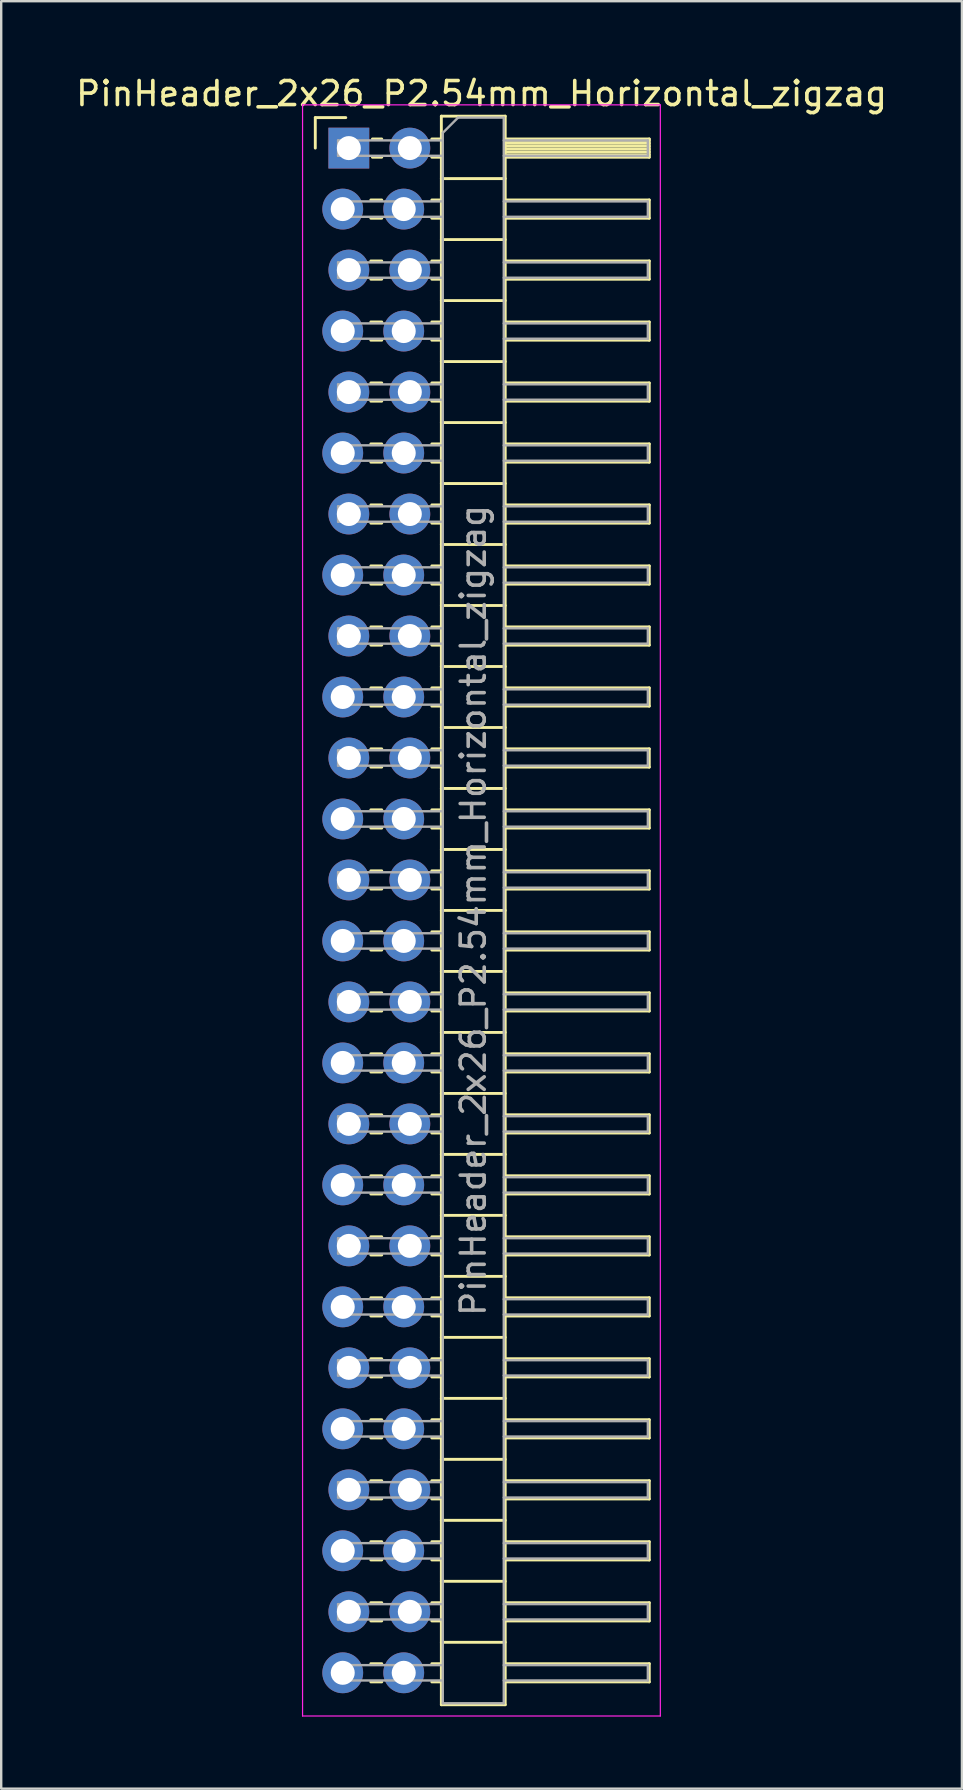
<source format=kicad_pcb>
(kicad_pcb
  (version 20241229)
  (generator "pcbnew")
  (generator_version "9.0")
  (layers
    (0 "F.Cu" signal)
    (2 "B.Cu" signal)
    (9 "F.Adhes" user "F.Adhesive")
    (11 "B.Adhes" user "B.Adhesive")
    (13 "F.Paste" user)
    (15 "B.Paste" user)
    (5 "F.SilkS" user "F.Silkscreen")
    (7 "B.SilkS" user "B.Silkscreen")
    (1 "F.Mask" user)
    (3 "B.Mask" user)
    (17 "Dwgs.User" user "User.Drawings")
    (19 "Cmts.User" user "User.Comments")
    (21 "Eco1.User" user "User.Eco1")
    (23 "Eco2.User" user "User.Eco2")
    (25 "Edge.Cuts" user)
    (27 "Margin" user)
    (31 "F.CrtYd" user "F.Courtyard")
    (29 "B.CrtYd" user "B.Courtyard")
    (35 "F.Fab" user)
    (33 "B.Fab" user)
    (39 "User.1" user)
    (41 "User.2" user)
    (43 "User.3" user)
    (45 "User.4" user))
  (footprint "PinHeader_2x26_P2.54mm_Horizontal_zigzag"
    (layer "F.Cu")
    (at 11.351 3.118)
    (property "Reference" "PinHeader_2x26_P2.54mm_Horizontal_zigzag" (at 5.655 -2.27 0) (layer "F.SilkS") (effects (font (size 1 1) (thickness 0.15))))
    (attr through_hole)
    (fp_line (start -1.27 -1.27) (end 0 -1.27) (stroke (width 0.12) (type solid)) (layer "F.SilkS"))
    (fp_line (start -1.27 0) (end -1.27 -1.27) (stroke (width 0.12) (type solid)) (layer "F.SilkS"))
    (fp_line (start 1.043 2.16) (end 1.497 2.16) (stroke (width 0.12) (type solid)) (layer "F.SilkS"))
    (fp_line (start 1.043 2.92) (end 1.497 2.92) (stroke (width 0.12) (type solid)) (layer "F.SilkS"))
    (fp_line (start 1.043 4.7) (end 1.497 4.7) (stroke (width 0.12) (type solid)) (layer "F.SilkS"))
    (fp_line (start 1.043 5.46) (end 1.497 5.46) (stroke (width 0.12) (type solid)) (layer "F.SilkS"))
    (fp_line (start 1.043 7.24) (end 1.497 7.24) (stroke (width 0.12) (type solid)) (layer "F.SilkS"))
    (fp_line (start 1.043 8) (end 1.497 8) (stroke (width 0.12) (type solid)) (layer "F.SilkS"))
    (fp_line (start 1.043 9.78) (end 1.497 9.78) (stroke (width 0.12) (type solid)) (layer "F.SilkS"))
    (fp_line (start 1.043 10.54) (end 1.497 10.54) (stroke (width 0.12) (type solid)) (layer "F.SilkS"))
    (fp_line (start 1.043 12.32) (end 1.497 12.32) (stroke (width 0.12) (type solid)) (layer "F.SilkS"))
    (fp_line (start 1.043 13.08) (end 1.497 13.08) (stroke (width 0.12) (type solid)) (layer "F.SilkS"))
    (fp_line (start 1.043 14.86) (end 1.497 14.86) (stroke (width 0.12) (type solid)) (layer "F.SilkS"))
    (fp_line (start 1.043 15.62) (end 1.497 15.62) (stroke (width 0.12) (type solid)) (layer "F.SilkS"))
    (fp_line (start 1.043 17.4) (end 1.497 17.4) (stroke (width 0.12) (type solid)) (layer "F.SilkS"))
    (fp_line (start 1.043 18.16) (end 1.497 18.16) (stroke (width 0.12) (type solid)) (layer "F.SilkS"))
    (fp_line (start 1.043 19.94) (end 1.497 19.94) (stroke (width 0.12) (type solid)) (layer "F.SilkS"))
    (fp_line (start 1.043 20.7) (end 1.497 20.7) (stroke (width 0.12) (type solid)) (layer "F.SilkS"))
    (fp_line (start 1.043 22.48) (end 1.497 22.48) (stroke (width 0.12) (type solid)) (layer "F.SilkS"))
    (fp_line (start 1.043 23.24) (end 1.497 23.24) (stroke (width 0.12) (type solid)) (layer "F.SilkS"))
    (fp_line (start 1.043 25.02) (end 1.497 25.02) (stroke (width 0.12) (type solid)) (layer "F.SilkS"))
    (fp_line (start 1.043 25.78) (end 1.497 25.78) (stroke (width 0.12) (type solid)) (layer "F.SilkS"))
    (fp_line (start 1.043 27.56) (end 1.497 27.56) (stroke (width 0.12) (type solid)) (layer "F.SilkS"))
    (fp_line (start 1.043 28.32) (end 1.497 28.32) (stroke (width 0.12) (type solid)) (layer "F.SilkS"))
    (fp_line (start 1.043 30.1) (end 1.497 30.1) (stroke (width 0.12) (type solid)) (layer "F.SilkS"))
    (fp_line (start 1.043 30.86) (end 1.497 30.86) (stroke (width 0.12) (type solid)) (layer "F.SilkS"))
    (fp_line (start 1.043 32.64) (end 1.497 32.64) (stroke (width 0.12) (type solid)) (layer "F.SilkS"))
    (fp_line (start 1.043 33.4) (end 1.497 33.4) (stroke (width 0.12) (type solid)) (layer "F.SilkS"))
    (fp_line (start 1.043 35.18) (end 1.497 35.18) (stroke (width 0.12) (type solid)) (layer "F.SilkS"))
    (fp_line (start 1.043 35.94) (end 1.497 35.94) (stroke (width 0.12) (type solid)) (layer "F.SilkS"))
    (fp_line (start 1.043 37.72) (end 1.497 37.72) (stroke (width 0.12) (type solid)) (layer "F.SilkS"))
    (fp_line (start 1.043 38.48) (end 1.497 38.48) (stroke (width 0.12) (type solid)) (layer "F.SilkS"))
    (fp_line (start 1.043 40.26) (end 1.497 40.26) (stroke (width 0.12) (type solid)) (layer "F.SilkS"))
    (fp_line (start 1.043 41.02) (end 1.497 41.02) (stroke (width 0.12) (type solid)) (layer "F.SilkS"))
    (fp_line (start 1.043 42.8) (end 1.497 42.8) (stroke (width 0.12) (type solid)) (layer "F.SilkS"))
    (fp_line (start 1.043 43.56) (end 1.497 43.56) (stroke (width 0.12) (type solid)) (layer "F.SilkS"))
    (fp_line (start 1.043 45.34) (end 1.497 45.34) (stroke (width 0.12) (type solid)) (layer "F.SilkS"))
    (fp_line (start 1.043 46.1) (end 1.497 46.1) (stroke (width 0.12) (type solid)) (layer "F.SilkS"))
    (fp_line (start 1.043 47.88) (end 1.497 47.88) (stroke (width 0.12) (type solid)) (layer "F.SilkS"))
    (fp_line (start 1.043 48.64) (end 1.497 48.64) (stroke (width 0.12) (type solid)) (layer "F.SilkS"))
    (fp_line (start 1.043 50.42) (end 1.497 50.42) (stroke (width 0.12) (type solid)) (layer "F.SilkS"))
    (fp_line (start 1.043 51.18) (end 1.497 51.18) (stroke (width 0.12) (type solid)) (layer "F.SilkS"))
    (fp_line (start 1.043 52.96) (end 1.497 52.96) (stroke (width 0.12) (type solid)) (layer "F.SilkS"))
    (fp_line (start 1.043 53.72) (end 1.497 53.72) (stroke (width 0.12) (type solid)) (layer "F.SilkS"))
    (fp_line (start 1.043 55.5) (end 1.497 55.5) (stroke (width 0.12) (type solid)) (layer "F.SilkS"))
    (fp_line (start 1.043 56.26) (end 1.497 56.26) (stroke (width 0.12) (type solid)) (layer "F.SilkS"))
    (fp_line (start 1.043 58.04) (end 1.497 58.04) (stroke (width 0.12) (type solid)) (layer "F.SilkS"))
    (fp_line (start 1.043 58.8) (end 1.497 58.8) (stroke (width 0.12) (type solid)) (layer "F.SilkS"))
    (fp_line (start 1.043 60.58) (end 1.497 60.58) (stroke (width 0.12) (type solid)) (layer "F.SilkS"))
    (fp_line (start 1.043 61.34) (end 1.497 61.34) (stroke (width 0.12) (type solid)) (layer "F.SilkS"))
    (fp_line (start 1.043 63.12) (end 1.497 63.12) (stroke (width 0.12) (type solid)) (layer "F.SilkS"))
    (fp_line (start 1.043 63.88) (end 1.497 63.88) (stroke (width 0.12) (type solid)) (layer "F.SilkS"))
    (fp_line (start 1.11 -0.38) (end 1.497 -0.38) (stroke (width 0.12) (type solid)) (layer "F.SilkS"))
    (fp_line (start 1.11 0.38) (end 1.497 0.38) (stroke (width 0.12) (type solid)) (layer "F.SilkS"))
    (fp_line (start 3.583 -0.38) (end 3.98 -0.38) (stroke (width 0.12) (type solid)) (layer "F.SilkS"))
    (fp_line (start 3.583 0.38) (end 3.98 0.38) (stroke (width 0.12) (type solid)) (layer "F.SilkS"))
    (fp_line (start 3.583 2.16) (end 3.98 2.16) (stroke (width 0.12) (type solid)) (layer "F.SilkS"))
    (fp_line (start 3.583 2.92) (end 3.98 2.92) (stroke (width 0.12) (type solid)) (layer "F.SilkS"))
    (fp_line (start 3.583 4.7) (end 3.98 4.7) (stroke (width 0.12) (type solid)) (layer "F.SilkS"))
    (fp_line (start 3.583 5.46) (end 3.98 5.46) (stroke (width 0.12) (type solid)) (layer "F.SilkS"))
    (fp_line (start 3.583 7.24) (end 3.98 7.24) (stroke (width 0.12) (type solid)) (layer "F.SilkS"))
    (fp_line (start 3.583 8) (end 3.98 8) (stroke (width 0.12) (type solid)) (layer "F.SilkS"))
    (fp_line (start 3.583 9.78) (end 3.98 9.78) (stroke (width 0.12) (type solid)) (layer "F.SilkS"))
    (fp_line (start 3.583 10.54) (end 3.98 10.54) (stroke (width 0.12) (type solid)) (layer "F.SilkS"))
    (fp_line (start 3.583 12.32) (end 3.98 12.32) (stroke (width 0.12) (type solid)) (layer "F.SilkS"))
    (fp_line (start 3.583 13.08) (end 3.98 13.08) (stroke (width 0.12) (type solid)) (layer "F.SilkS"))
    (fp_line (start 3.583 14.86) (end 3.98 14.86) (stroke (width 0.12) (type solid)) (layer "F.SilkS"))
    (fp_line (start 3.583 15.62) (end 3.98 15.62) (stroke (width 0.12) (type solid)) (layer "F.SilkS"))
    (fp_line (start 3.583 17.4) (end 3.98 17.4) (stroke (width 0.12) (type solid)) (layer "F.SilkS"))
    (fp_line (start 3.583 18.16) (end 3.98 18.16) (stroke (width 0.12) (type solid)) (layer "F.SilkS"))
    (fp_line (start 3.583 19.94) (end 3.98 19.94) (stroke (width 0.12) (type solid)) (layer "F.SilkS"))
    (fp_line (start 3.583 20.7) (end 3.98 20.7) (stroke (width 0.12) (type solid)) (layer "F.SilkS"))
    (fp_line (start 3.583 22.48) (end 3.98 22.48) (stroke (width 0.12) (type solid)) (layer "F.SilkS"))
    (fp_line (start 3.583 23.24) (end 3.98 23.24) (stroke (width 0.12) (type solid)) (layer "F.SilkS"))
    (fp_line (start 3.583 25.02) (end 3.98 25.02) (stroke (width 0.12) (type solid)) (layer "F.SilkS"))
    (fp_line (start 3.583 25.78) (end 3.98 25.78) (stroke (width 0.12) (type solid)) (layer "F.SilkS"))
    (fp_line (start 3.583 27.56) (end 3.98 27.56) (stroke (width 0.12) (type solid)) (layer "F.SilkS"))
    (fp_line (start 3.583 28.32) (end 3.98 28.32) (stroke (width 0.12) (type solid)) (layer "F.SilkS"))
    (fp_line (start 3.583 30.1) (end 3.98 30.1) (stroke (width 0.12) (type solid)) (layer "F.SilkS"))
    (fp_line (start 3.583 30.86) (end 3.98 30.86) (stroke (width 0.12) (type solid)) (layer "F.SilkS"))
    (fp_line (start 3.583 32.64) (end 3.98 32.64) (stroke (width 0.12) (type solid)) (layer "F.SilkS"))
    (fp_line (start 3.583 33.4) (end 3.98 33.4) (stroke (width 0.12) (type solid)) (layer "F.SilkS"))
    (fp_line (start 3.583 35.18) (end 3.98 35.18) (stroke (width 0.12) (type solid)) (layer "F.SilkS"))
    (fp_line (start 3.583 35.94) (end 3.98 35.94) (stroke (width 0.12) (type solid)) (layer "F.SilkS"))
    (fp_line (start 3.583 37.72) (end 3.98 37.72) (stroke (width 0.12) (type solid)) (layer "F.SilkS"))
    (fp_line (start 3.583 38.48) (end 3.98 38.48) (stroke (width 0.12) (type solid)) (layer "F.SilkS"))
    (fp_line (start 3.583 40.26) (end 3.98 40.26) (stroke (width 0.12) (type solid)) (layer "F.SilkS"))
    (fp_line (start 3.583 41.02) (end 3.98 41.02) (stroke (width 0.12) (type solid)) (layer "F.SilkS"))
    (fp_line (start 3.583 42.8) (end 3.98 42.8) (stroke (width 0.12) (type solid)) (layer "F.SilkS"))
    (fp_line (start 3.583 43.56) (end 3.98 43.56) (stroke (width 0.12) (type solid)) (layer "F.SilkS"))
    (fp_line (start 3.583 45.34) (end 3.98 45.34) (stroke (width 0.12) (type solid)) (layer "F.SilkS"))
    (fp_line (start 3.583 46.1) (end 3.98 46.1) (stroke (width 0.12) (type solid)) (layer "F.SilkS"))
    (fp_line (start 3.583 47.88) (end 3.98 47.88) (stroke (width 0.12) (type solid)) (layer "F.SilkS"))
    (fp_line (start 3.583 48.64) (end 3.98 48.64) (stroke (width 0.12) (type solid)) (layer "F.SilkS"))
    (fp_line (start 3.583 50.42) (end 3.98 50.42) (stroke (width 0.12) (type solid)) (layer "F.SilkS"))
    (fp_line (start 3.583 51.18) (end 3.98 51.18) (stroke (width 0.12) (type solid)) (layer "F.SilkS"))
    (fp_line (start 3.583 52.96) (end 3.98 52.96) (stroke (width 0.12) (type solid)) (layer "F.SilkS"))
    (fp_line (start 3.583 53.72) (end 3.98 53.72) (stroke (width 0.12) (type solid)) (layer "F.SilkS"))
    (fp_line (start 3.583 55.5) (end 3.98 55.5) (stroke (width 0.12) (type solid)) (layer "F.SilkS"))
    (fp_line (start 3.583 56.26) (end 3.98 56.26) (stroke (width 0.12) (type solid)) (layer "F.SilkS"))
    (fp_line (start 3.583 58.04) (end 3.98 58.04) (stroke (width 0.12) (type solid)) (layer "F.SilkS"))
    (fp_line (start 3.583 58.8) (end 3.98 58.8) (stroke (width 0.12) (type solid)) (layer "F.SilkS"))
    (fp_line (start 3.583 60.58) (end 3.98 60.58) (stroke (width 0.12) (type solid)) (layer "F.SilkS"))
    (fp_line (start 3.583 61.34) (end 3.98 61.34) (stroke (width 0.12) (type solid)) (layer "F.SilkS"))
    (fp_line (start 3.583 63.12) (end 3.98 63.12) (stroke (width 0.12) (type solid)) (layer "F.SilkS"))
    (fp_line (start 3.583 63.88) (end 3.98 63.88) (stroke (width 0.12) (type solid)) (layer "F.SilkS"))
    (fp_line (start 3.98 -1.33) (end 3.98 64.83) (stroke (width 0.12) (type solid)) (layer "F.SilkS"))
    (fp_line (start 3.98 1.27) (end 6.64 1.27) (stroke (width 0.12) (type solid)) (layer "F.SilkS"))
    (fp_line (start 3.98 3.81) (end 6.64 3.81) (stroke (width 0.12) (type solid)) (layer "F.SilkS"))
    (fp_line (start 3.98 6.35) (end 6.64 6.35) (stroke (width 0.12) (type solid)) (layer "F.SilkS"))
    (fp_line (start 3.98 8.89) (end 6.64 8.89) (stroke (width 0.12) (type solid)) (layer "F.SilkS"))
    (fp_line (start 3.98 11.43) (end 6.64 11.43) (stroke (width 0.12) (type solid)) (layer "F.SilkS"))
    (fp_line (start 3.98 13.97) (end 6.64 13.97) (stroke (width 0.12) (type solid)) (layer "F.SilkS"))
    (fp_line (start 3.98 16.51) (end 6.64 16.51) (stroke (width 0.12) (type solid)) (layer "F.SilkS"))
    (fp_line (start 3.98 19.05) (end 6.64 19.05) (stroke (width 0.12) (type solid)) (layer "F.SilkS"))
    (fp_line (start 3.98 21.59) (end 6.64 21.59) (stroke (width 0.12) (type solid)) (layer "F.SilkS"))
    (fp_line (start 3.98 24.13) (end 6.64 24.13) (stroke (width 0.12) (type solid)) (layer "F.SilkS"))
    (fp_line (start 3.98 26.67) (end 6.64 26.67) (stroke (width 0.12) (type solid)) (layer "F.SilkS"))
    (fp_line (start 3.98 29.21) (end 6.64 29.21) (stroke (width 0.12) (type solid)) (layer "F.SilkS"))
    (fp_line (start 3.98 31.75) (end 6.64 31.75) (stroke (width 0.12) (type solid)) (layer "F.SilkS"))
    (fp_line (start 3.98 34.29) (end 6.64 34.29) (stroke (width 0.12) (type solid)) (layer "F.SilkS"))
    (fp_line (start 3.98 36.83) (end 6.64 36.83) (stroke (width 0.12) (type solid)) (layer "F.SilkS"))
    (fp_line (start 3.98 39.37) (end 6.64 39.37) (stroke (width 0.12) (type solid)) (layer "F.SilkS"))
    (fp_line (start 3.98 41.91) (end 6.64 41.91) (stroke (width 0.12) (type solid)) (layer "F.SilkS"))
    (fp_line (start 3.98 44.45) (end 6.64 44.45) (stroke (width 0.12) (type solid)) (layer "F.SilkS"))
    (fp_line (start 3.98 46.99) (end 6.64 46.99) (stroke (width 0.12) (type solid)) (layer "F.SilkS"))
    (fp_line (start 3.98 49.53) (end 6.64 49.53) (stroke (width 0.12) (type solid)) (layer "F.SilkS"))
    (fp_line (start 3.98 52.07) (end 6.64 52.07) (stroke (width 0.12) (type solid)) (layer "F.SilkS"))
    (fp_line (start 3.98 54.61) (end 6.64 54.61) (stroke (width 0.12) (type solid)) (layer "F.SilkS"))
    (fp_line (start 3.98 57.15) (end 6.64 57.15) (stroke (width 0.12) (type solid)) (layer "F.SilkS"))
    (fp_line (start 3.98 59.69) (end 6.64 59.69) (stroke (width 0.12) (type solid)) (layer "F.SilkS"))
    (fp_line (start 3.98 62.23) (end 6.64 62.23) (stroke (width 0.12) (type solid)) (layer "F.SilkS"))
    (fp_line (start 3.98 64.83) (end 6.64 64.83) (stroke (width 0.12) (type solid)) (layer "F.SilkS"))
    (fp_line (start 6.64 -1.33) (end 3.98 -1.33) (stroke (width 0.12) (type solid)) (layer "F.SilkS"))
    (fp_line (start 6.64 -0.38) (end 12.64 -0.38) (stroke (width 0.12) (type solid)) (layer "F.SilkS"))
    (fp_line (start 6.64 -0.32) (end 12.64 -0.32) (stroke (width 0.12) (type solid)) (layer "F.SilkS"))
    (fp_line (start 6.64 -0.2) (end 12.64 -0.2) (stroke (width 0.12) (type solid)) (layer "F.SilkS"))
    (fp_line (start 6.64 -0.08) (end 12.64 -0.08) (stroke (width 0.12) (type solid)) (layer "F.SilkS"))
    (fp_line (start 6.64 0.04) (end 12.64 0.04) (stroke (width 0.12) (type solid)) (layer "F.SilkS"))
    (fp_line (start 6.64 0.16) (end 12.64 0.16) (stroke (width 0.12) (type solid)) (layer "F.SilkS"))
    (fp_line (start 6.64 0.28) (end 12.64 0.28) (stroke (width 0.12) (type solid)) (layer "F.SilkS"))
    (fp_line (start 6.64 2.16) (end 12.64 2.16) (stroke (width 0.12) (type solid)) (layer "F.SilkS"))
    (fp_line (start 6.64 4.7) (end 12.64 4.7) (stroke (width 0.12) (type solid)) (layer "F.SilkS"))
    (fp_line (start 6.64 7.24) (end 12.64 7.24) (stroke (width 0.12) (type solid)) (layer "F.SilkS"))
    (fp_line (start 6.64 9.78) (end 12.64 9.78) (stroke (width 0.12) (type solid)) (layer "F.SilkS"))
    (fp_line (start 6.64 12.32) (end 12.64 12.32) (stroke (width 0.12) (type solid)) (layer "F.SilkS"))
    (fp_line (start 6.64 14.86) (end 12.64 14.86) (stroke (width 0.12) (type solid)) (layer "F.SilkS"))
    (fp_line (start 6.64 17.4) (end 12.64 17.4) (stroke (width 0.12) (type solid)) (layer "F.SilkS"))
    (fp_line (start 6.64 19.94) (end 12.64 19.94) (stroke (width 0.12) (type solid)) (layer "F.SilkS"))
    (fp_line (start 6.64 22.48) (end 12.64 22.48) (stroke (width 0.12) (type solid)) (layer "F.SilkS"))
    (fp_line (start 6.64 25.02) (end 12.64 25.02) (stroke (width 0.12) (type solid)) (layer "F.SilkS"))
    (fp_line (start 6.64 27.56) (end 12.64 27.56) (stroke (width 0.12) (type solid)) (layer "F.SilkS"))
    (fp_line (start 6.64 30.1) (end 12.64 30.1) (stroke (width 0.12) (type solid)) (layer "F.SilkS"))
    (fp_line (start 6.64 32.64) (end 12.64 32.64) (stroke (width 0.12) (type solid)) (layer "F.SilkS"))
    (fp_line (start 6.64 35.18) (end 12.64 35.18) (stroke (width 0.12) (type solid)) (layer "F.SilkS"))
    (fp_line (start 6.64 37.72) (end 12.64 37.72) (stroke (width 0.12) (type solid)) (layer "F.SilkS"))
    (fp_line (start 6.64 40.26) (end 12.64 40.26) (stroke (width 0.12) (type solid)) (layer "F.SilkS"))
    (fp_line (start 6.64 42.8) (end 12.64 42.8) (stroke (width 0.12) (type solid)) (layer "F.SilkS"))
    (fp_line (start 6.64 45.34) (end 12.64 45.34) (stroke (width 0.12) (type solid)) (layer "F.SilkS"))
    (fp_line (start 6.64 47.88) (end 12.64 47.88) (stroke (width 0.12) (type solid)) (layer "F.SilkS"))
    (fp_line (start 6.64 50.42) (end 12.64 50.42) (stroke (width 0.12) (type solid)) (layer "F.SilkS"))
    (fp_line (start 6.64 52.96) (end 12.64 52.96) (stroke (width 0.12) (type solid)) (layer "F.SilkS"))
    (fp_line (start 6.64 55.5) (end 12.64 55.5) (stroke (width 0.12) (type solid)) (layer "F.SilkS"))
    (fp_line (start 6.64 58.04) (end 12.64 58.04) (stroke (width 0.12) (type solid)) (layer "F.SilkS"))
    (fp_line (start 6.64 60.58) (end 12.64 60.58) (stroke (width 0.12) (type solid)) (layer "F.SilkS"))
    (fp_line (start 6.64 63.12) (end 12.64 63.12) (stroke (width 0.12) (type solid)) (layer "F.SilkS"))
    (fp_line (start 6.64 64.83) (end 6.64 -1.33) (stroke (width 0.12) (type solid)) (layer "F.SilkS"))
    (fp_line (start 12.64 -0.38) (end 12.64 0.38) (stroke (width 0.12) (type solid)) (layer "F.SilkS"))
    (fp_line (start 12.64 0.38) (end 6.64 0.38) (stroke (width 0.12) (type solid)) (layer "F.SilkS"))
    (fp_line (start 12.64 2.16) (end 12.64 2.92) (stroke (width 0.12) (type solid)) (layer "F.SilkS"))
    (fp_line (start 12.64 2.92) (end 6.64 2.92) (stroke (width 0.12) (type solid)) (layer "F.SilkS"))
    (fp_line (start 12.64 4.7) (end 12.64 5.46) (stroke (width 0.12) (type solid)) (layer "F.SilkS"))
    (fp_line (start 12.64 5.46) (end 6.64 5.46) (stroke (width 0.12) (type solid)) (layer "F.SilkS"))
    (fp_line (start 12.64 7.24) (end 12.64 8) (stroke (width 0.12) (type solid)) (layer "F.SilkS"))
    (fp_line (start 12.64 8) (end 6.64 8) (stroke (width 0.12) (type solid)) (layer "F.SilkS"))
    (fp_line (start 12.64 9.78) (end 12.64 10.54) (stroke (width 0.12) (type solid)) (layer "F.SilkS"))
    (fp_line (start 12.64 10.54) (end 6.64 10.54) (stroke (width 0.12) (type solid)) (layer "F.SilkS"))
    (fp_line (start 12.64 12.32) (end 12.64 13.08) (stroke (width 0.12) (type solid)) (layer "F.SilkS"))
    (fp_line (start 12.64 13.08) (end 6.64 13.08) (stroke (width 0.12) (type solid)) (layer "F.SilkS"))
    (fp_line (start 12.64 14.86) (end 12.64 15.62) (stroke (width 0.12) (type solid)) (layer "F.SilkS"))
    (fp_line (start 12.64 15.62) (end 6.64 15.62) (stroke (width 0.12) (type solid)) (layer "F.SilkS"))
    (fp_line (start 12.64 17.4) (end 12.64 18.16) (stroke (width 0.12) (type solid)) (layer "F.SilkS"))
    (fp_line (start 12.64 18.16) (end 6.64 18.16) (stroke (width 0.12) (type solid)) (layer "F.SilkS"))
    (fp_line (start 12.64 19.94) (end 12.64 20.7) (stroke (width 0.12) (type solid)) (layer "F.SilkS"))
    (fp_line (start 12.64 20.7) (end 6.64 20.7) (stroke (width 0.12) (type solid)) (layer "F.SilkS"))
    (fp_line (start 12.64 22.48) (end 12.64 23.24) (stroke (width 0.12) (type solid)) (layer "F.SilkS"))
    (fp_line (start 12.64 23.24) (end 6.64 23.24) (stroke (width 0.12) (type solid)) (layer "F.SilkS"))
    (fp_line (start 12.64 25.02) (end 12.64 25.78) (stroke (width 0.12) (type solid)) (layer "F.SilkS"))
    (fp_line (start 12.64 25.78) (end 6.64 25.78) (stroke (width 0.12) (type solid)) (layer "F.SilkS"))
    (fp_line (start 12.64 27.56) (end 12.64 28.32) (stroke (width 0.12) (type solid)) (layer "F.SilkS"))
    (fp_line (start 12.64 28.32) (end 6.64 28.32) (stroke (width 0.12) (type solid)) (layer "F.SilkS"))
    (fp_line (start 12.64 30.1) (end 12.64 30.86) (stroke (width 0.12) (type solid)) (layer "F.SilkS"))
    (fp_line (start 12.64 30.86) (end 6.64 30.86) (stroke (width 0.12) (type solid)) (layer "F.SilkS"))
    (fp_line (start 12.64 32.64) (end 12.64 33.4) (stroke (width 0.12) (type solid)) (layer "F.SilkS"))
    (fp_line (start 12.64 33.4) (end 6.64 33.4) (stroke (width 0.12) (type solid)) (layer "F.SilkS"))
    (fp_line (start 12.64 35.18) (end 12.64 35.94) (stroke (width 0.12) (type solid)) (layer "F.SilkS"))
    (fp_line (start 12.64 35.94) (end 6.64 35.94) (stroke (width 0.12) (type solid)) (layer "F.SilkS"))
    (fp_line (start 12.64 37.72) (end 12.64 38.48) (stroke (width 0.12) (type solid)) (layer "F.SilkS"))
    (fp_line (start 12.64 38.48) (end 6.64 38.48) (stroke (width 0.12) (type solid)) (layer "F.SilkS"))
    (fp_line (start 12.64 40.26) (end 12.64 41.02) (stroke (width 0.12) (type solid)) (layer "F.SilkS"))
    (fp_line (start 12.64 41.02) (end 6.64 41.02) (stroke (width 0.12) (type solid)) (layer "F.SilkS"))
    (fp_line (start 12.64 42.8) (end 12.64 43.56) (stroke (width 0.12) (type solid)) (layer "F.SilkS"))
    (fp_line (start 12.64 43.56) (end 6.64 43.56) (stroke (width 0.12) (type solid)) (layer "F.SilkS"))
    (fp_line (start 12.64 45.34) (end 12.64 46.1) (stroke (width 0.12) (type solid)) (layer "F.SilkS"))
    (fp_line (start 12.64 46.1) (end 6.64 46.1) (stroke (width 0.12) (type solid)) (layer "F.SilkS"))
    (fp_line (start 12.64 47.88) (end 12.64 48.64) (stroke (width 0.12) (type solid)) (layer "F.SilkS"))
    (fp_line (start 12.64 48.64) (end 6.64 48.64) (stroke (width 0.12) (type solid)) (layer "F.SilkS"))
    (fp_line (start 12.64 50.42) (end 12.64 51.18) (stroke (width 0.12) (type solid)) (layer "F.SilkS"))
    (fp_line (start 12.64 51.18) (end 6.64 51.18) (stroke (width 0.12) (type solid)) (layer "F.SilkS"))
    (fp_line (start 12.64 52.96) (end 12.64 53.72) (stroke (width 0.12) (type solid)) (layer "F.SilkS"))
    (fp_line (start 12.64 53.72) (end 6.64 53.72) (stroke (width 0.12) (type solid)) (layer "F.SilkS"))
    (fp_line (start 12.64 55.5) (end 12.64 56.26) (stroke (width 0.12) (type solid)) (layer "F.SilkS"))
    (fp_line (start 12.64 56.26) (end 6.64 56.26) (stroke (width 0.12) (type solid)) (layer "F.SilkS"))
    (fp_line (start 12.64 58.04) (end 12.64 58.8) (stroke (width 0.12) (type solid)) (layer "F.SilkS"))
    (fp_line (start 12.64 58.8) (end 6.64 58.8) (stroke (width 0.12) (type solid)) (layer "F.SilkS"))
    (fp_line (start 12.64 60.58) (end 12.64 61.34) (stroke (width 0.12) (type solid)) (layer "F.SilkS"))
    (fp_line (start 12.64 61.34) (end 6.64 61.34) (stroke (width 0.12) (type solid)) (layer "F.SilkS"))
    (fp_line (start 12.64 63.12) (end 12.64 63.88) (stroke (width 0.12) (type solid)) (layer "F.SilkS"))
    (fp_line (start 12.64 63.88) (end 6.64 63.88) (stroke (width 0.12) (type solid)) (layer "F.SilkS"))
    (fp_line (start -1.8 -1.8) (end -1.8 65.3) (stroke (width 0.05) (type solid)) (layer "F.CrtYd"))
    (fp_line (start -1.8 65.3) (end 13.1 65.3) (stroke (width 0.05) (type solid)) (layer "F.CrtYd"))
    (fp_line (start 13.1 -1.8) (end -1.8 -1.8) (stroke (width 0.05) (type solid)) (layer "F.CrtYd"))
    (fp_line (start 13.1 65.3) (end 13.1 -1.8) (stroke (width 0.05) (type solid)) (layer "F.CrtYd"))
    (fp_line (start -0.32 -0.32) (end -0.32 0.32) (stroke (width 0.1) (type solid)) (layer "F.Fab"))
    (fp_line (start -0.32 -0.32) (end 4.04 -0.32) (stroke (width 0.1) (type solid)) (layer "F.Fab"))
    (fp_line (start -0.32 0.32) (end 4.04 0.32) (stroke (width 0.1) (type solid)) (layer "F.Fab"))
    (fp_line (start -0.32 2.22) (end -0.32 2.86) (stroke (width 0.1) (type solid)) (layer "F.Fab"))
    (fp_line (start -0.32 2.22) (end 4.04 2.22) (stroke (width 0.1) (type solid)) (layer "F.Fab"))
    (fp_line (start -0.32 2.86) (end 4.04 2.86) (stroke (width 0.1) (type solid)) (layer "F.Fab"))
    (fp_line (start -0.32 4.76) (end -0.32 5.4) (stroke (width 0.1) (type solid)) (layer "F.Fab"))
    (fp_line (start -0.32 4.76) (end 4.04 4.76) (stroke (width 0.1) (type solid)) (layer "F.Fab"))
    (fp_line (start -0.32 5.4) (end 4.04 5.4) (stroke (width 0.1) (type solid)) (layer "F.Fab"))
    (fp_line (start -0.32 7.3) (end -0.32 7.94) (stroke (width 0.1) (type solid)) (layer "F.Fab"))
    (fp_line (start -0.32 7.3) (end 4.04 7.3) (stroke (width 0.1) (type solid)) (layer "F.Fab"))
    (fp_line (start -0.32 7.94) (end 4.04 7.94) (stroke (width 0.1) (type solid)) (layer "F.Fab"))
    (fp_line (start -0.32 9.84) (end -0.32 10.48) (stroke (width 0.1) (type solid)) (layer "F.Fab"))
    (fp_line (start -0.32 9.84) (end 4.04 9.84) (stroke (width 0.1) (type solid)) (layer "F.Fab"))
    (fp_line (start -0.32 10.48) (end 4.04 10.48) (stroke (width 0.1) (type solid)) (layer "F.Fab"))
    (fp_line (start -0.32 12.38) (end -0.32 13.02) (stroke (width 0.1) (type solid)) (layer "F.Fab"))
    (fp_line (start -0.32 12.38) (end 4.04 12.38) (stroke (width 0.1) (type solid)) (layer "F.Fab"))
    (fp_line (start -0.32 13.02) (end 4.04 13.02) (stroke (width 0.1) (type solid)) (layer "F.Fab"))
    (fp_line (start -0.32 14.92) (end -0.32 15.56) (stroke (width 0.1) (type solid)) (layer "F.Fab"))
    (fp_line (start -0.32 14.92) (end 4.04 14.92) (stroke (width 0.1) (type solid)) (layer "F.Fab"))
    (fp_line (start -0.32 15.56) (end 4.04 15.56) (stroke (width 0.1) (type solid)) (layer "F.Fab"))
    (fp_line (start -0.32 17.46) (end -0.32 18.1) (stroke (width 0.1) (type solid)) (layer "F.Fab"))
    (fp_line (start -0.32 17.46) (end 4.04 17.46) (stroke (width 0.1) (type solid)) (layer "F.Fab"))
    (fp_line (start -0.32 18.1) (end 4.04 18.1) (stroke (width 0.1) (type solid)) (layer "F.Fab"))
    (fp_line (start -0.32 20) (end -0.32 20.64) (stroke (width 0.1) (type solid)) (layer "F.Fab"))
    (fp_line (start -0.32 20) (end 4.04 20) (stroke (width 0.1) (type solid)) (layer "F.Fab"))
    (fp_line (start -0.32 20.64) (end 4.04 20.64) (stroke (width 0.1) (type solid)) (layer "F.Fab"))
    (fp_line (start -0.32 22.54) (end -0.32 23.18) (stroke (width 0.1) (type solid)) (layer "F.Fab"))
    (fp_line (start -0.32 22.54) (end 4.04 22.54) (stroke (width 0.1) (type solid)) (layer "F.Fab"))
    (fp_line (start -0.32 23.18) (end 4.04 23.18) (stroke (width 0.1) (type solid)) (layer "F.Fab"))
    (fp_line (start -0.32 25.08) (end -0.32 25.72) (stroke (width 0.1) (type solid)) (layer "F.Fab"))
    (fp_line (start -0.32 25.08) (end 4.04 25.08) (stroke (width 0.1) (type solid)) (layer "F.Fab"))
    (fp_line (start -0.32 25.72) (end 4.04 25.72) (stroke (width 0.1) (type solid)) (layer "F.Fab"))
    (fp_line (start -0.32 27.62) (end -0.32 28.26) (stroke (width 0.1) (type solid)) (layer "F.Fab"))
    (fp_line (start -0.32 27.62) (end 4.04 27.62) (stroke (width 0.1) (type solid)) (layer "F.Fab"))
    (fp_line (start -0.32 28.26) (end 4.04 28.26) (stroke (width 0.1) (type solid)) (layer "F.Fab"))
    (fp_line (start -0.32 30.16) (end -0.32 30.8) (stroke (width 0.1) (type solid)) (layer "F.Fab"))
    (fp_line (start -0.32 30.16) (end 4.04 30.16) (stroke (width 0.1) (type solid)) (layer "F.Fab"))
    (fp_line (start -0.32 30.8) (end 4.04 30.8) (stroke (width 0.1) (type solid)) (layer "F.Fab"))
    (fp_line (start -0.32 32.7) (end -0.32 33.34) (stroke (width 0.1) (type solid)) (layer "F.Fab"))
    (fp_line (start -0.32 32.7) (end 4.04 32.7) (stroke (width 0.1) (type solid)) (layer "F.Fab"))
    (fp_line (start -0.32 33.34) (end 4.04 33.34) (stroke (width 0.1) (type solid)) (layer "F.Fab"))
    (fp_line (start -0.32 35.24) (end -0.32 35.88) (stroke (width 0.1) (type solid)) (layer "F.Fab"))
    (fp_line (start -0.32 35.24) (end 4.04 35.24) (stroke (width 0.1) (type solid)) (layer "F.Fab"))
    (fp_line (start -0.32 35.88) (end 4.04 35.88) (stroke (width 0.1) (type solid)) (layer "F.Fab"))
    (fp_line (start -0.32 37.78) (end -0.32 38.42) (stroke (width 0.1) (type solid)) (layer "F.Fab"))
    (fp_line (start -0.32 37.78) (end 4.04 37.78) (stroke (width 0.1) (type solid)) (layer "F.Fab"))
    (fp_line (start -0.32 38.42) (end 4.04 38.42) (stroke (width 0.1) (type solid)) (layer "F.Fab"))
    (fp_line (start -0.32 40.32) (end -0.32 40.96) (stroke (width 0.1) (type solid)) (layer "F.Fab"))
    (fp_line (start -0.32 40.32) (end 4.04 40.32) (stroke (width 0.1) (type solid)) (layer "F.Fab"))
    (fp_line (start -0.32 40.96) (end 4.04 40.96) (stroke (width 0.1) (type solid)) (layer "F.Fab"))
    (fp_line (start -0.32 42.86) (end -0.32 43.5) (stroke (width 0.1) (type solid)) (layer "F.Fab"))
    (fp_line (start -0.32 42.86) (end 4.04 42.86) (stroke (width 0.1) (type solid)) (layer "F.Fab"))
    (fp_line (start -0.32 43.5) (end 4.04 43.5) (stroke (width 0.1) (type solid)) (layer "F.Fab"))
    (fp_line (start -0.32 45.4) (end -0.32 46.04) (stroke (width 0.1) (type solid)) (layer "F.Fab"))
    (fp_line (start -0.32 45.4) (end 4.04 45.4) (stroke (width 0.1) (type solid)) (layer "F.Fab"))
    (fp_line (start -0.32 46.04) (end 4.04 46.04) (stroke (width 0.1) (type solid)) (layer "F.Fab"))
    (fp_line (start -0.32 47.94) (end -0.32 48.58) (stroke (width 0.1) (type solid)) (layer "F.Fab"))
    (fp_line (start -0.32 47.94) (end 4.04 47.94) (stroke (width 0.1) (type solid)) (layer "F.Fab"))
    (fp_line (start -0.32 48.58) (end 4.04 48.58) (stroke (width 0.1) (type solid)) (layer "F.Fab"))
    (fp_line (start -0.32 50.48) (end -0.32 51.12) (stroke (width 0.1) (type solid)) (layer "F.Fab"))
    (fp_line (start -0.32 50.48) (end 4.04 50.48) (stroke (width 0.1) (type solid)) (layer "F.Fab"))
    (fp_line (start -0.32 51.12) (end 4.04 51.12) (stroke (width 0.1) (type solid)) (layer "F.Fab"))
    (fp_line (start -0.32 53.02) (end -0.32 53.66) (stroke (width 0.1) (type solid)) (layer "F.Fab"))
    (fp_line (start -0.32 53.02) (end 4.04 53.02) (stroke (width 0.1) (type solid)) (layer "F.Fab"))
    (fp_line (start -0.32 53.66) (end 4.04 53.66) (stroke (width 0.1) (type solid)) (layer "F.Fab"))
    (fp_line (start -0.32 55.56) (end -0.32 56.2) (stroke (width 0.1) (type solid)) (layer "F.Fab"))
    (fp_line (start -0.32 55.56) (end 4.04 55.56) (stroke (width 0.1) (type solid)) (layer "F.Fab"))
    (fp_line (start -0.32 56.2) (end 4.04 56.2) (stroke (width 0.1) (type solid)) (layer "F.Fab"))
    (fp_line (start -0.32 58.1) (end -0.32 58.74) (stroke (width 0.1) (type solid)) (layer "F.Fab"))
    (fp_line (start -0.32 58.1) (end 4.04 58.1) (stroke (width 0.1) (type solid)) (layer "F.Fab"))
    (fp_line (start -0.32 58.74) (end 4.04 58.74) (stroke (width 0.1) (type solid)) (layer "F.Fab"))
    (fp_line (start -0.32 60.64) (end -0.32 61.28) (stroke (width 0.1) (type solid)) (layer "F.Fab"))
    (fp_line (start -0.32 60.64) (end 4.04 60.64) (stroke (width 0.1) (type solid)) (layer "F.Fab"))
    (fp_line (start -0.32 61.28) (end 4.04 61.28) (stroke (width 0.1) (type solid)) (layer "F.Fab"))
    (fp_line (start -0.32 63.18) (end -0.32 63.82) (stroke (width 0.1) (type solid)) (layer "F.Fab"))
    (fp_line (start -0.32 63.18) (end 4.04 63.18) (stroke (width 0.1) (type solid)) (layer "F.Fab"))
    (fp_line (start -0.32 63.82) (end 4.04 63.82) (stroke (width 0.1) (type solid)) (layer "F.Fab"))
    (fp_line (start 4.04 -0.635) (end 4.675 -1.27) (stroke (width 0.1) (type solid)) (layer "F.Fab"))
    (fp_line (start 4.04 64.77) (end 4.04 -0.635) (stroke (width 0.1) (type solid)) (layer "F.Fab"))
    (fp_line (start 4.675 -1.27) (end 6.58 -1.27) (stroke (width 0.1) (type solid)) (layer "F.Fab"))
    (fp_line (start 6.58 -1.27) (end 6.58 64.77) (stroke (width 0.1) (type solid)) (layer "F.Fab"))
    (fp_line (start 6.58 -0.32) (end 12.58 -0.32) (stroke (width 0.1) (type solid)) (layer "F.Fab"))
    (fp_line (start 6.58 0.32) (end 12.58 0.32) (stroke (width 0.1) (type solid)) (layer "F.Fab"))
    (fp_line (start 6.58 2.22) (end 12.58 2.22) (stroke (width 0.1) (type solid)) (layer "F.Fab"))
    (fp_line (start 6.58 2.86) (end 12.58 2.86) (stroke (width 0.1) (type solid)) (layer "F.Fab"))
    (fp_line (start 6.58 4.76) (end 12.58 4.76) (stroke (width 0.1) (type solid)) (layer "F.Fab"))
    (fp_line (start 6.58 5.4) (end 12.58 5.4) (stroke (width 0.1) (type solid)) (layer "F.Fab"))
    (fp_line (start 6.58 7.3) (end 12.58 7.3) (stroke (width 0.1) (type solid)) (layer "F.Fab"))
    (fp_line (start 6.58 7.94) (end 12.58 7.94) (stroke (width 0.1) (type solid)) (layer "F.Fab"))
    (fp_line (start 6.58 9.84) (end 12.58 9.84) (stroke (width 0.1) (type solid)) (layer "F.Fab"))
    (fp_line (start 6.58 10.48) (end 12.58 10.48) (stroke (width 0.1) (type solid)) (layer "F.Fab"))
    (fp_line (start 6.58 12.38) (end 12.58 12.38) (stroke (width 0.1) (type solid)) (layer "F.Fab"))
    (fp_line (start 6.58 13.02) (end 12.58 13.02) (stroke (width 0.1) (type solid)) (layer "F.Fab"))
    (fp_line (start 6.58 14.92) (end 12.58 14.92) (stroke (width 0.1) (type solid)) (layer "F.Fab"))
    (fp_line (start 6.58 15.56) (end 12.58 15.56) (stroke (width 0.1) (type solid)) (layer "F.Fab"))
    (fp_line (start 6.58 17.46) (end 12.58 17.46) (stroke (width 0.1) (type solid)) (layer "F.Fab"))
    (fp_line (start 6.58 18.1) (end 12.58 18.1) (stroke (width 0.1) (type solid)) (layer "F.Fab"))
    (fp_line (start 6.58 20) (end 12.58 20) (stroke (width 0.1) (type solid)) (layer "F.Fab"))
    (fp_line (start 6.58 20.64) (end 12.58 20.64) (stroke (width 0.1) (type solid)) (layer "F.Fab"))
    (fp_line (start 6.58 22.54) (end 12.58 22.54) (stroke (width 0.1) (type solid)) (layer "F.Fab"))
    (fp_line (start 6.58 23.18) (end 12.58 23.18) (stroke (width 0.1) (type solid)) (layer "F.Fab"))
    (fp_line (start 6.58 25.08) (end 12.58 25.08) (stroke (width 0.1) (type solid)) (layer "F.Fab"))
    (fp_line (start 6.58 25.72) (end 12.58 25.72) (stroke (width 0.1) (type solid)) (layer "F.Fab"))
    (fp_line (start 6.58 27.62) (end 12.58 27.62) (stroke (width 0.1) (type solid)) (layer "F.Fab"))
    (fp_line (start 6.58 28.26) (end 12.58 28.26) (stroke (width 0.1) (type solid)) (layer "F.Fab"))
    (fp_line (start 6.58 30.16) (end 12.58 30.16) (stroke (width 0.1) (type solid)) (layer "F.Fab"))
    (fp_line (start 6.58 30.8) (end 12.58 30.8) (stroke (width 0.1) (type solid)) (layer "F.Fab"))
    (fp_line (start 6.58 32.7) (end 12.58 32.7) (stroke (width 0.1) (type solid)) (layer "F.Fab"))
    (fp_line (start 6.58 33.34) (end 12.58 33.34) (stroke (width 0.1) (type solid)) (layer "F.Fab"))
    (fp_line (start 6.58 35.24) (end 12.58 35.24) (stroke (width 0.1) (type solid)) (layer "F.Fab"))
    (fp_line (start 6.58 35.88) (end 12.58 35.88) (stroke (width 0.1) (type solid)) (layer "F.Fab"))
    (fp_line (start 6.58 37.78) (end 12.58 37.78) (stroke (width 0.1) (type solid)) (layer "F.Fab"))
    (fp_line (start 6.58 38.42) (end 12.58 38.42) (stroke (width 0.1) (type solid)) (layer "F.Fab"))
    (fp_line (start 6.58 40.32) (end 12.58 40.32) (stroke (width 0.1) (type solid)) (layer "F.Fab"))
    (fp_line (start 6.58 40.96) (end 12.58 40.96) (stroke (width 0.1) (type solid)) (layer "F.Fab"))
    (fp_line (start 6.58 42.86) (end 12.58 42.86) (stroke (width 0.1) (type solid)) (layer "F.Fab"))
    (fp_line (start 6.58 43.5) (end 12.58 43.5) (stroke (width 0.1) (type solid)) (layer "F.Fab"))
    (fp_line (start 6.58 45.4) (end 12.58 45.4) (stroke (width 0.1) (type solid)) (layer "F.Fab"))
    (fp_line (start 6.58 46.04) (end 12.58 46.04) (stroke (width 0.1) (type solid)) (layer "F.Fab"))
    (fp_line (start 6.58 47.94) (end 12.58 47.94) (stroke (width 0.1) (type solid)) (layer "F.Fab"))
    (fp_line (start 6.58 48.58) (end 12.58 48.58) (stroke (width 0.1) (type solid)) (layer "F.Fab"))
    (fp_line (start 6.58 50.48) (end 12.58 50.48) (stroke (width 0.1) (type solid)) (layer "F.Fab"))
    (fp_line (start 6.58 51.12) (end 12.58 51.12) (stroke (width 0.1) (type solid)) (layer "F.Fab"))
    (fp_line (start 6.58 53.02) (end 12.58 53.02) (stroke (width 0.1) (type solid)) (layer "F.Fab"))
    (fp_line (start 6.58 53.66) (end 12.58 53.66) (stroke (width 0.1) (type solid)) (layer "F.Fab"))
    (fp_line (start 6.58 55.56) (end 12.58 55.56) (stroke (width 0.1) (type solid)) (layer "F.Fab"))
    (fp_line (start 6.58 56.2) (end 12.58 56.2) (stroke (width 0.1) (type solid)) (layer "F.Fab"))
    (fp_line (start 6.58 58.1) (end 12.58 58.1) (stroke (width 0.1) (type solid)) (layer "F.Fab"))
    (fp_line (start 6.58 58.74) (end 12.58 58.74) (stroke (width 0.1) (type solid)) (layer "F.Fab"))
    (fp_line (start 6.58 60.64) (end 12.58 60.64) (stroke (width 0.1) (type solid)) (layer "F.Fab"))
    (fp_line (start 6.58 61.28) (end 12.58 61.28) (stroke (width 0.1) (type solid)) (layer "F.Fab"))
    (fp_line (start 6.58 63.18) (end 12.58 63.18) (stroke (width 0.1) (type solid)) (layer "F.Fab"))
    (fp_line (start 6.58 63.82) (end 12.58 63.82) (stroke (width 0.1) (type solid)) (layer "F.Fab"))
    (fp_line (start 6.58 64.77) (end 4.04 64.77) (stroke (width 0.1) (type solid)) (layer "F.Fab"))
    (fp_line (start 12.58 -0.32) (end 12.58 0.32) (stroke (width 0.1) (type solid)) (layer "F.Fab"))
    (fp_line (start 12.58 2.22) (end 12.58 2.86) (stroke (width 0.1) (type solid)) (layer "F.Fab"))
    (fp_line (start 12.58 4.76) (end 12.58 5.4) (stroke (width 0.1) (type solid)) (layer "F.Fab"))
    (fp_line (start 12.58 7.3) (end 12.58 7.94) (stroke (width 0.1) (type solid)) (layer "F.Fab"))
    (fp_line (start 12.58 9.84) (end 12.58 10.48) (stroke (width 0.1) (type solid)) (layer "F.Fab"))
    (fp_line (start 12.58 12.38) (end 12.58 13.02) (stroke (width 0.1) (type solid)) (layer "F.Fab"))
    (fp_line (start 12.58 14.92) (end 12.58 15.56) (stroke (width 0.1) (type solid)) (layer "F.Fab"))
    (fp_line (start 12.58 17.46) (end 12.58 18.1) (stroke (width 0.1) (type solid)) (layer "F.Fab"))
    (fp_line (start 12.58 20) (end 12.58 20.64) (stroke (width 0.1) (type solid)) (layer "F.Fab"))
    (fp_line (start 12.58 22.54) (end 12.58 23.18) (stroke (width 0.1) (type solid)) (layer "F.Fab"))
    (fp_line (start 12.58 25.08) (end 12.58 25.72) (stroke (width 0.1) (type solid)) (layer "F.Fab"))
    (fp_line (start 12.58 27.62) (end 12.58 28.26) (stroke (width 0.1) (type solid)) (layer "F.Fab"))
    (fp_line (start 12.58 30.16) (end 12.58 30.8) (stroke (width 0.1) (type solid)) (layer "F.Fab"))
    (fp_line (start 12.58 32.7) (end 12.58 33.34) (stroke (width 0.1) (type solid)) (layer "F.Fab"))
    (fp_line (start 12.58 35.24) (end 12.58 35.88) (stroke (width 0.1) (type solid)) (layer "F.Fab"))
    (fp_line (start 12.58 37.78) (end 12.58 38.42) (stroke (width 0.1) (type solid)) (layer "F.Fab"))
    (fp_line (start 12.58 40.32) (end 12.58 40.96) (stroke (width 0.1) (type solid)) (layer "F.Fab"))
    (fp_line (start 12.58 42.86) (end 12.58 43.5) (stroke (width 0.1) (type solid)) (layer "F.Fab"))
    (fp_line (start 12.58 45.4) (end 12.58 46.04) (stroke (width 0.1) (type solid)) (layer "F.Fab"))
    (fp_line (start 12.58 47.94) (end 12.58 48.58) (stroke (width 0.1) (type solid)) (layer "F.Fab"))
    (fp_line (start 12.58 50.48) (end 12.58 51.12) (stroke (width 0.1) (type solid)) (layer "F.Fab"))
    (fp_line (start 12.58 53.02) (end 12.58 53.66) (stroke (width 0.1) (type solid)) (layer "F.Fab"))
    (fp_line (start 12.58 55.56) (end 12.58 56.2) (stroke (width 0.1) (type solid)) (layer "F.Fab"))
    (fp_line (start 12.58 58.1) (end 12.58 58.74) (stroke (width 0.1) (type solid)) (layer "F.Fab"))
    (fp_line (start 12.58 60.64) (end 12.58 61.28) (stroke (width 0.1) (type solid)) (layer "F.Fab"))
    (fp_line (start 12.58 63.18) (end 12.58 63.82) (stroke (width 0.1) (type solid)) (layer "F.Fab"))
    (fp_text user "${REFERENCE}" (at 5.31 31.75 90) (layer "F.Fab") (effects (font (size 1 1) (thickness 0.15))))
    (pad "1" thru_hole rect (at 0.127 0) (size 1.7 1.7) (drill 1) (layers "*.Cu" "*.Mask"))
    (pad "2" thru_hole oval (at 2.667 0) (size 1.7 1.7) (drill 1) (layers "*.Cu" "*.Mask"))
    (pad "3" thru_hole oval (at -0.127 2.54) (size 1.7 1.7) (drill 1) (layers "*.Cu" "*.Mask"))
    (pad "4" thru_hole oval (at 2.413 2.54) (size 1.7 1.7) (drill 1) (layers "*.Cu" "*.Mask"))
    (pad "5" thru_hole oval (at 0.127 5.08) (size 1.7 1.7) (drill 1) (layers "*.Cu" "*.Mask"))
    (pad "6" thru_hole oval (at 2.667 5.08) (size 1.7 1.7) (drill 1) (layers "*.Cu" "*.Mask"))
    (pad "7" thru_hole oval (at -0.127 7.62) (size 1.7 1.7) (drill 1) (layers "*.Cu" "*.Mask"))
    (pad "8" thru_hole oval (at 2.413 7.62) (size 1.7 1.7) (drill 1) (layers "*.Cu" "*.Mask"))
    (pad "9" thru_hole oval (at 0.127 10.16) (size 1.7 1.7) (drill 1) (layers "*.Cu" "*.Mask"))
    (pad "10" thru_hole oval (at 2.667 10.16) (size 1.7 1.7) (drill 1) (layers "*.Cu" "*.Mask"))
    (pad "11" thru_hole oval (at -0.127 12.7) (size 1.7 1.7) (drill 1) (layers "*.Cu" "*.Mask"))
    (pad "12" thru_hole oval (at 2.413 12.7) (size 1.7 1.7) (drill 1) (layers "*.Cu" "*.Mask"))
    (pad "13" thru_hole oval (at 0.127 15.24) (size 1.7 1.7) (drill 1) (layers "*.Cu" "*.Mask"))
    (pad "14" thru_hole oval (at 2.667 15.24) (size 1.7 1.7) (drill 1) (layers "*.Cu" "*.Mask"))
    (pad "15" thru_hole oval (at -0.127 17.78) (size 1.7 1.7) (drill 1) (layers "*.Cu" "*.Mask"))
    (pad "16" thru_hole oval (at 2.413 17.78) (size 1.7 1.7) (drill 1) (layers "*.Cu" "*.Mask"))
    (pad "17" thru_hole oval (at 0.127 20.32) (size 1.7 1.7) (drill 1) (layers "*.Cu" "*.Mask"))
    (pad "18" thru_hole oval (at 2.667 20.32) (size 1.7 1.7) (drill 1) (layers "*.Cu" "*.Mask"))
    (pad "19" thru_hole oval (at -0.127 22.86) (size 1.7 1.7) (drill 1) (layers "*.Cu" "*.Mask"))
    (pad "20" thru_hole oval (at 2.413 22.86) (size 1.7 1.7) (drill 1) (layers "*.Cu" "*.Mask"))
    (pad "21" thru_hole oval (at 0.127 25.4) (size 1.7 1.7) (drill 1) (layers "*.Cu" "*.Mask"))
    (pad "22" thru_hole oval (at 2.667 25.4) (size 1.7 1.7) (drill 1) (layers "*.Cu" "*.Mask"))
    (pad "23" thru_hole oval (at -0.127 27.94) (size 1.7 1.7) (drill 1) (layers "*.Cu" "*.Mask"))
    (pad "24" thru_hole oval (at 2.413 27.94) (size 1.7 1.7) (drill 1) (layers "*.Cu" "*.Mask"))
    (pad "25" thru_hole oval (at 0.127 30.48) (size 1.7 1.7) (drill 1) (layers "*.Cu" "*.Mask"))
    (pad "26" thru_hole oval (at 2.667 30.48) (size 1.7 1.7) (drill 1) (layers "*.Cu" "*.Mask"))
    (pad "27" thru_hole oval (at -0.127 33.02) (size 1.7 1.7) (drill 1) (layers "*.Cu" "*.Mask"))
    (pad "28" thru_hole oval (at 2.413 33.02) (size 1.7 1.7) (drill 1) (layers "*.Cu" "*.Mask"))
    (pad "29" thru_hole oval (at 0.127 35.56) (size 1.7 1.7) (drill 1) (layers "*.Cu" "*.Mask"))
    (pad "30" thru_hole oval (at 2.667 35.56) (size 1.7 1.7) (drill 1) (layers "*.Cu" "*.Mask"))
    (pad "31" thru_hole oval (at -0.127 38.1) (size 1.7 1.7) (drill 1) (layers "*.Cu" "*.Mask"))
    (pad "32" thru_hole oval (at 2.413 38.1) (size 1.7 1.7) (drill 1) (layers "*.Cu" "*.Mask"))
    (pad "33" thru_hole oval (at 0.127 40.64) (size 1.7 1.7) (drill 1) (layers "*.Cu" "*.Mask"))
    (pad "34" thru_hole oval (at 2.667 40.64) (size 1.7 1.7) (drill 1) (layers "*.Cu" "*.Mask"))
    (pad "35" thru_hole oval (at -0.127 43.18) (size 1.7 1.7) (drill 1) (layers "*.Cu" "*.Mask"))
    (pad "36" thru_hole oval (at 2.413 43.18) (size 1.7 1.7) (drill 1) (layers "*.Cu" "*.Mask"))
    (pad "37" thru_hole oval (at 0.127 45.72) (size 1.7 1.7) (drill 1) (layers "*.Cu" "*.Mask"))
    (pad "38" thru_hole oval (at 2.667 45.72) (size 1.7 1.7) (drill 1) (layers "*.Cu" "*.Mask"))
    (pad "39" thru_hole oval (at -0.127 48.26) (size 1.7 1.7) (drill 1) (layers "*.Cu" "*.Mask"))
    (pad "40" thru_hole oval (at 2.413 48.26) (size 1.7 1.7) (drill 1) (layers "*.Cu" "*.Mask"))
    (pad "41" thru_hole oval (at 0.127 50.8) (size 1.7 1.7) (drill 1) (layers "*.Cu" "*.Mask"))
    (pad "42" thru_hole oval (at 2.667 50.8) (size 1.7 1.7) (drill 1) (layers "*.Cu" "*.Mask"))
    (pad "43" thru_hole oval (at -0.127 53.34) (size 1.7 1.7) (drill 1) (layers "*.Cu" "*.Mask"))
    (pad "44" thru_hole oval (at 2.413 53.34) (size 1.7 1.7) (drill 1) (layers "*.Cu" "*.Mask"))
    (pad "45" thru_hole oval (at 0.127 55.88) (size 1.7 1.7) (drill 1) (layers "*.Cu" "*.Mask"))
    (pad "46" thru_hole oval (at 2.667 55.88) (size 1.7 1.7) (drill 1) (layers "*.Cu" "*.Mask"))
    (pad "47" thru_hole oval (at -0.127 58.42) (size 1.7 1.7) (drill 1) (layers "*.Cu" "*.Mask"))
    (pad "48" thru_hole oval (at 2.413 58.42) (size 1.7 1.7) (drill 1) (layers "*.Cu" "*.Mask"))
    (pad "49" thru_hole oval (at 0.127 60.96) (size 1.7 1.7) (drill 1) (layers "*.Cu" "*.Mask"))
    (pad "50" thru_hole oval (at 2.667 60.96) (size 1.7 1.7) (drill 1) (layers "*.Cu" "*.Mask"))
    (pad "51" thru_hole oval (at -0.127 63.5) (size 1.7 1.7) (drill 1) (layers "*.Cu" "*.Mask"))
    (pad "52" thru_hole oval (at 2.413 63.5) (size 1.7 1.7) (drill 1) (layers "*.Cu" "*.Mask")))
  (gr_rect
    (start -3 -3)
    (end 37.012 71.443)
    (stroke (width 0.1) (type default))
    (fill no)
    (layer "Edge.Cuts")))
</source>
